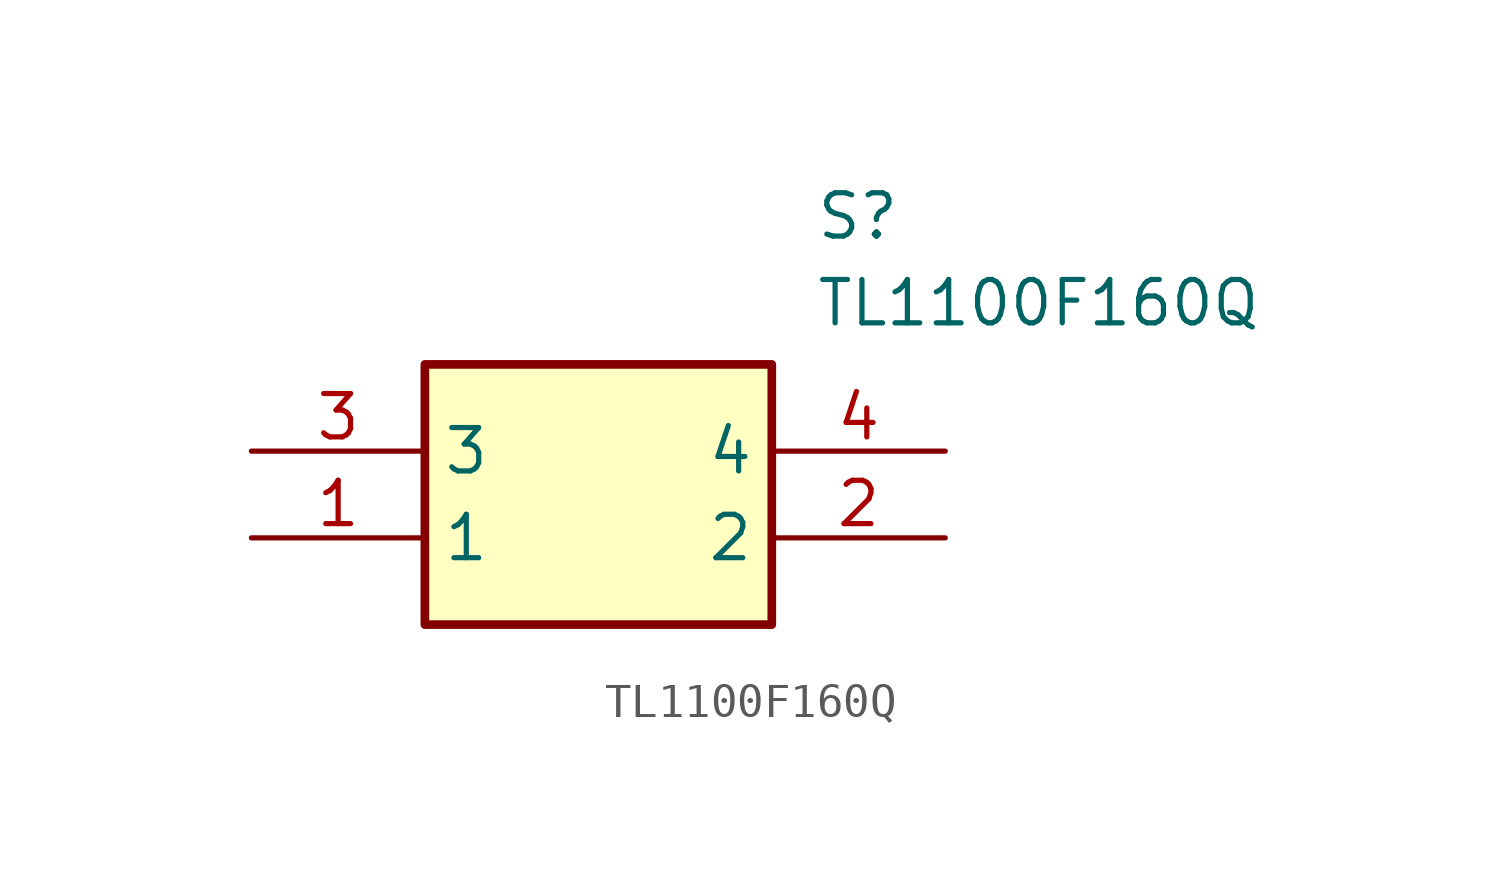
<source format=kicad_sym>
(kicad_symbol_lib
  (version 20211014)
  (generator SamacSys_ECAD_Model)
  (symbol "TL1100F160Q"
    (property "Reference" "S"
      (at 16.51 7.62 0)
      (effects (font (size 1.27 1.27)) (justify left top)))
    (property "Value" "TL1100F160Q"
      (at 16.51 5.08 0)
      (effects (font (size 1.27 1.27)) (justify left top)))
    (rectangle
      (start 5.08 2.54)
      (end 15.24 -5.08)
      (stroke (width 0.254) (type default))
      (fill (type background)))
    (pin passive line
      (at 0 -2.54 0)
      (length 5.08)
      (name "1" (effects (font (size 1.27 1.27))))
      (number "1" (effects (font (size 1.27 1.27)))))
    (pin passive line
      (at 20.32 -2.54 180)
      (length 5.08)
      (name "2" (effects (font (size 1.27 1.27))))
      (number "2" (effects (font (size 1.27 1.27)))))
    (pin passive line
      (at 0 0 0)
      (length 5.08)
      (name "3" (effects (font (size 1.27 1.27))))
      (number "3" (effects (font (size 1.27 1.27)))))
    (pin passive line
      (at 20.32 0 180)
      (length 5.08)
      (name "4" (effects (font (size 1.27 1.27))))
      (number "4" (effects (font (size 1.27 1.27)))))))
</source>
